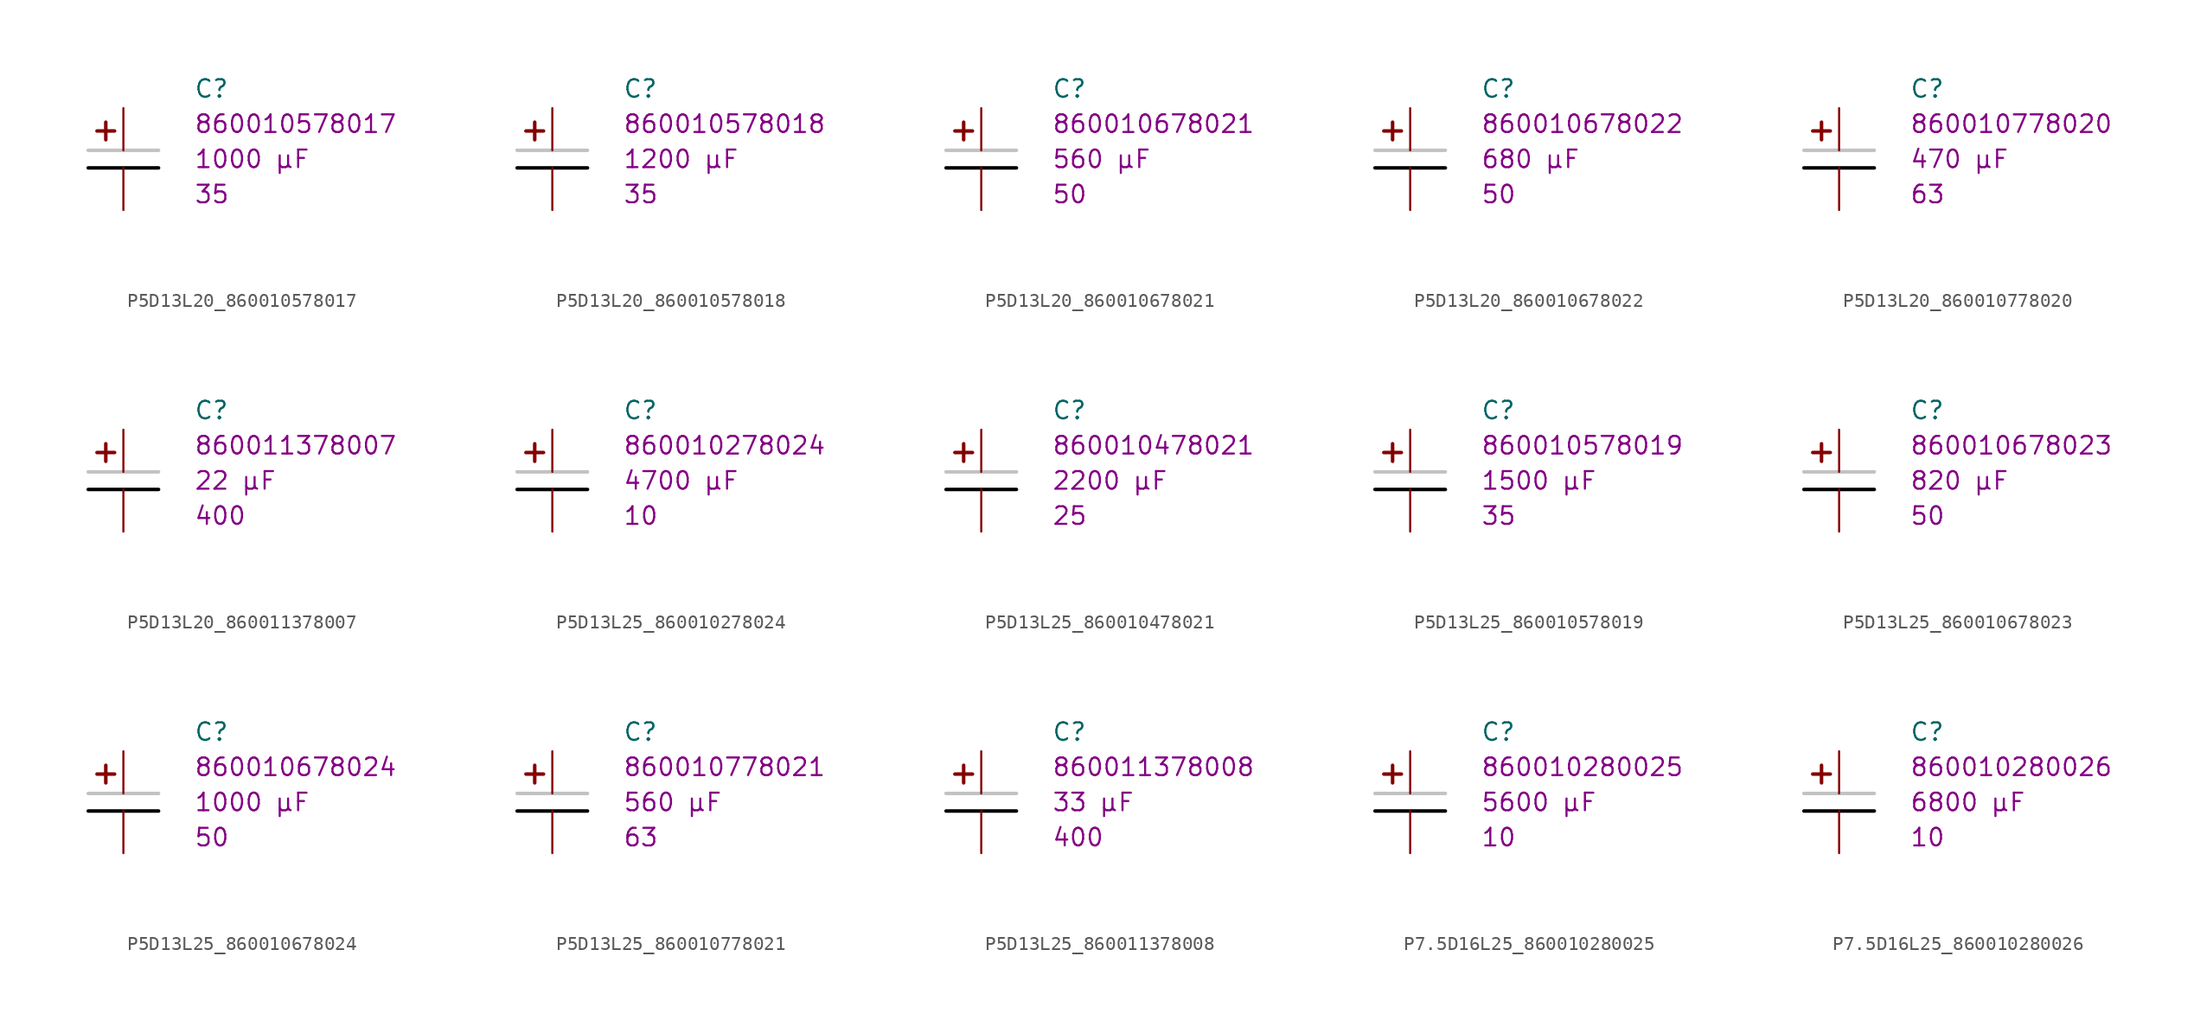
<source format=kicad_sym>
(kicad_symbol_lib
  (version 20220914)
  (generator kicad_symbol_editor)
  (symbol "P5D13L20_860010578017"
    (pin_numbers hide)
    (pin_names hide)
    (property "Reference" "C"
      (at 5.08 5.08 0)
      (effects (font (size 1.27 1.27)) (justify left)))
    (property "Part Number" "860010578017"
      (at 5.08 2.54 0)
      (effects (font (size 1.27 1.27)) (justify left)))
    (property "Capacitance" "1000 µF"
      (at 5.08 0 0)
      (effects (font (size 1.27 1.27)) (justify left)))
    (property "Voltage" "35"
      (at 5.08 -2.54 0)
      (effects (font (size 1.27 1.27)) (justify left)))
    (property "Critical Parameter" ""
      (at 0 -7.62 0)
      (effects (font (size 1.27 1.27))))
    (symbol "P5D13L20_860010578017_1_1"
      (polyline (pts (xy -1.27 2.667) (xy -1.27 1.397)) (stroke (width 0.254) (type default)) (fill (type none)))
      (polyline (pts (xy -0.635 2.032) (xy -1.905 2.032)) (stroke (width 0.254) (type default)) (fill (type none)))
      (polyline (pts (xy 2.54 -0.635) (xy -2.54 -0.635)) (stroke (width 0.254) (type default) (color 0 0 0 1)) (fill (type none)))
      (polyline (pts (xy 2.54 0.635) (xy -2.54 0.635)) (stroke (width 0.254) (type default) (color 194 194 194 1)) (fill (type none)))
      (pin passive line (at 0 3.679 270) (length 3.044) (name "1" (effects (font (size 1.27 1.27)))) (number "1" (effects (font (size 1.27 1.27)))))
      (pin passive line (at 0 -3.679 90) (length 3.044) (name "2" (effects (font (size 1.27 1.27)))) (number "2" (effects (font (size 1.27 1.27)))))))
  (symbol "P5D13L20_860010578018"
    (pin_numbers hide)
    (pin_names hide)
    (property "Reference" "C"
      (at 5.08 5.08 0)
      (effects (font (size 1.27 1.27)) (justify left)))
    (property "Part Number" "860010578018"
      (at 5.08 2.54 0)
      (effects (font (size 1.27 1.27)) (justify left)))
    (property "Capacitance" "1200 µF"
      (at 5.08 0 0)
      (effects (font (size 1.27 1.27)) (justify left)))
    (property "Voltage" "35"
      (at 5.08 -2.54 0)
      (effects (font (size 1.27 1.27)) (justify left)))
    (property "Critical Parameter" ""
      (at 0 -7.62 0)
      (effects (font (size 1.27 1.27))))
    (symbol "P5D13L20_860010578018_1_1"
      (polyline (pts (xy -1.27 2.667) (xy -1.27 1.397)) (stroke (width 0.254) (type default)) (fill (type none)))
      (polyline (pts (xy -0.635 2.032) (xy -1.905 2.032)) (stroke (width 0.254) (type default)) (fill (type none)))
      (polyline (pts (xy 2.54 -0.635) (xy -2.54 -0.635)) (stroke (width 0.254) (type default) (color 0 0 0 1)) (fill (type none)))
      (polyline (pts (xy 2.54 0.635) (xy -2.54 0.635)) (stroke (width 0.254) (type default) (color 194 194 194 1)) (fill (type none)))
      (pin passive line (at 0 3.679 270) (length 3.044) (name "1" (effects (font (size 1.27 1.27)))) (number "1" (effects (font (size 1.27 1.27)))))
      (pin passive line (at 0 -3.679 90) (length 3.044) (name "2" (effects (font (size 1.27 1.27)))) (number "2" (effects (font (size 1.27 1.27)))))))
  (symbol "P5D13L20_860010678021"
    (pin_numbers hide)
    (pin_names hide)
    (property "Reference" "C"
      (at 5.08 5.08 0)
      (effects (font (size 1.27 1.27)) (justify left)))
    (property "Part Number" "860010678021"
      (at 5.08 2.54 0)
      (effects (font (size 1.27 1.27)) (justify left)))
    (property "Capacitance" "560 µF"
      (at 5.08 0 0)
      (effects (font (size 1.27 1.27)) (justify left)))
    (property "Voltage" "50"
      (at 5.08 -2.54 0)
      (effects (font (size 1.27 1.27)) (justify left)))
    (property "Critical Parameter" ""
      (at 0 -7.62 0)
      (effects (font (size 1.27 1.27))))
    (symbol "P5D13L20_860010678021_1_1"
      (polyline (pts (xy -1.27 2.667) (xy -1.27 1.397)) (stroke (width 0.254) (type default)) (fill (type none)))
      (polyline (pts (xy -0.635 2.032) (xy -1.905 2.032)) (stroke (width 0.254) (type default)) (fill (type none)))
      (polyline (pts (xy 2.54 -0.635) (xy -2.54 -0.635)) (stroke (width 0.254) (type default) (color 0 0 0 1)) (fill (type none)))
      (polyline (pts (xy 2.54 0.635) (xy -2.54 0.635)) (stroke (width 0.254) (type default) (color 194 194 194 1)) (fill (type none)))
      (pin passive line (at 0 3.679 270) (length 3.044) (name "1" (effects (font (size 1.27 1.27)))) (number "1" (effects (font (size 1.27 1.27)))))
      (pin passive line (at 0 -3.679 90) (length 3.044) (name "2" (effects (font (size 1.27 1.27)))) (number "2" (effects (font (size 1.27 1.27)))))))
  (symbol "P5D13L20_860010678022"
    (pin_numbers hide)
    (pin_names hide)
    (property "Reference" "C"
      (at 5.08 5.08 0)
      (effects (font (size 1.27 1.27)) (justify left)))
    (property "Part Number" "860010678022"
      (at 5.08 2.54 0)
      (effects (font (size 1.27 1.27)) (justify left)))
    (property "Capacitance" "680 µF"
      (at 5.08 0 0)
      (effects (font (size 1.27 1.27)) (justify left)))
    (property "Voltage" "50"
      (at 5.08 -2.54 0)
      (effects (font (size 1.27 1.27)) (justify left)))
    (property "Critical Parameter" ""
      (at 0 -7.62 0)
      (effects (font (size 1.27 1.27))))
    (symbol "P5D13L20_860010678022_1_1"
      (polyline (pts (xy -1.27 2.667) (xy -1.27 1.397)) (stroke (width 0.254) (type default)) (fill (type none)))
      (polyline (pts (xy -0.635 2.032) (xy -1.905 2.032)) (stroke (width 0.254) (type default)) (fill (type none)))
      (polyline (pts (xy 2.54 -0.635) (xy -2.54 -0.635)) (stroke (width 0.254) (type default) (color 0 0 0 1)) (fill (type none)))
      (polyline (pts (xy 2.54 0.635) (xy -2.54 0.635)) (stroke (width 0.254) (type default) (color 194 194 194 1)) (fill (type none)))
      (pin passive line (at 0 3.679 270) (length 3.044) (name "1" (effects (font (size 1.27 1.27)))) (number "1" (effects (font (size 1.27 1.27)))))
      (pin passive line (at 0 -3.679 90) (length 3.044) (name "2" (effects (font (size 1.27 1.27)))) (number "2" (effects (font (size 1.27 1.27)))))))
  (symbol "P5D13L20_860010778020"
    (pin_numbers hide)
    (pin_names hide)
    (property "Reference" "C"
      (at 5.08 5.08 0)
      (effects (font (size 1.27 1.27)) (justify left)))
    (property "Part Number" "860010778020"
      (at 5.08 2.54 0)
      (effects (font (size 1.27 1.27)) (justify left)))
    (property "Capacitance" "470 µF"
      (at 5.08 0 0)
      (effects (font (size 1.27 1.27)) (justify left)))
    (property "Voltage" "63"
      (at 5.08 -2.54 0)
      (effects (font (size 1.27 1.27)) (justify left)))
    (property "Critical Parameter" ""
      (at 0 -7.62 0)
      (effects (font (size 1.27 1.27))))
    (symbol "P5D13L20_860010778020_1_1"
      (polyline (pts (xy -1.27 2.667) (xy -1.27 1.397)) (stroke (width 0.254) (type default)) (fill (type none)))
      (polyline (pts (xy -0.635 2.032) (xy -1.905 2.032)) (stroke (width 0.254) (type default)) (fill (type none)))
      (polyline (pts (xy 2.54 -0.635) (xy -2.54 -0.635)) (stroke (width 0.254) (type default) (color 0 0 0 1)) (fill (type none)))
      (polyline (pts (xy 2.54 0.635) (xy -2.54 0.635)) (stroke (width 0.254) (type default) (color 194 194 194 1)) (fill (type none)))
      (pin passive line (at 0 3.679 270) (length 3.044) (name "1" (effects (font (size 1.27 1.27)))) (number "1" (effects (font (size 1.27 1.27)))))
      (pin passive line (at 0 -3.679 90) (length 3.044) (name "2" (effects (font (size 1.27 1.27)))) (number "2" (effects (font (size 1.27 1.27)))))))
  (symbol "P5D13L20_860011378007"
    (pin_numbers hide)
    (pin_names hide)
    (property "Reference" "C"
      (at 5.08 5.08 0)
      (effects (font (size 1.27 1.27)) (justify left)))
    (property "Part Number" "860011378007"
      (at 5.08 2.54 0)
      (effects (font (size 1.27 1.27)) (justify left)))
    (property "Capacitance" "22 µF"
      (at 5.08 0 0)
      (effects (font (size 1.27 1.27)) (justify left)))
    (property "Voltage" "400"
      (at 5.08 -2.54 0)
      (effects (font (size 1.27 1.27)) (justify left)))
    (property "Critical Parameter" ""
      (at 0 -7.62 0)
      (effects (font (size 1.27 1.27))))
    (symbol "P5D13L20_860011378007_1_1"
      (polyline (pts (xy -1.27 2.667) (xy -1.27 1.397)) (stroke (width 0.254) (type default)) (fill (type none)))
      (polyline (pts (xy -0.635 2.032) (xy -1.905 2.032)) (stroke (width 0.254) (type default)) (fill (type none)))
      (polyline (pts (xy 2.54 -0.635) (xy -2.54 -0.635)) (stroke (width 0.254) (type default) (color 0 0 0 1)) (fill (type none)))
      (polyline (pts (xy 2.54 0.635) (xy -2.54 0.635)) (stroke (width 0.254) (type default) (color 194 194 194 1)) (fill (type none)))
      (pin passive line (at 0 3.679 270) (length 3.044) (name "1" (effects (font (size 1.27 1.27)))) (number "1" (effects (font (size 1.27 1.27)))))
      (pin passive line (at 0 -3.679 90) (length 3.044) (name "2" (effects (font (size 1.27 1.27)))) (number "2" (effects (font (size 1.27 1.27)))))))
  (symbol "P5D13L25_860010278024"
    (pin_numbers hide)
    (pin_names hide)
    (property "Reference" "C"
      (at 5.08 5.08 0)
      (effects (font (size 1.27 1.27)) (justify left)))
    (property "Part Number" "860010278024"
      (at 5.08 2.54 0)
      (effects (font (size 1.27 1.27)) (justify left)))
    (property "Capacitance" "4700 µF"
      (at 5.08 0 0)
      (effects (font (size 1.27 1.27)) (justify left)))
    (property "Voltage" "10"
      (at 5.08 -2.54 0)
      (effects (font (size 1.27 1.27)) (justify left)))
    (property "Critical Parameter" ""
      (at 0 -7.62 0)
      (effects (font (size 1.27 1.27))))
    (symbol "P5D13L25_860010278024_1_1"
      (polyline (pts (xy -1.27 2.667) (xy -1.27 1.397)) (stroke (width 0.254) (type default)) (fill (type none)))
      (polyline (pts (xy -0.635 2.032) (xy -1.905 2.032)) (stroke (width 0.254) (type default)) (fill (type none)))
      (polyline (pts (xy 2.54 -0.635) (xy -2.54 -0.635)) (stroke (width 0.254) (type default) (color 0 0 0 1)) (fill (type none)))
      (polyline (pts (xy 2.54 0.635) (xy -2.54 0.635)) (stroke (width 0.254) (type default) (color 194 194 194 1)) (fill (type none)))
      (pin passive line (at 0 3.679 270) (length 3.044) (name "1" (effects (font (size 1.27 1.27)))) (number "1" (effects (font (size 1.27 1.27)))))
      (pin passive line (at 0 -3.679 90) (length 3.044) (name "2" (effects (font (size 1.27 1.27)))) (number "2" (effects (font (size 1.27 1.27)))))))
  (symbol "P5D13L25_860010478021"
    (pin_numbers hide)
    (pin_names hide)
    (property "Reference" "C"
      (at 5.08 5.08 0)
      (effects (font (size 1.27 1.27)) (justify left)))
    (property "Part Number" "860010478021"
      (at 5.08 2.54 0)
      (effects (font (size 1.27 1.27)) (justify left)))
    (property "Capacitance" "2200 µF"
      (at 5.08 0 0)
      (effects (font (size 1.27 1.27)) (justify left)))
    (property "Voltage" "25"
      (at 5.08 -2.54 0)
      (effects (font (size 1.27 1.27)) (justify left)))
    (property "Critical Parameter" ""
      (at 0 -7.62 0)
      (effects (font (size 1.27 1.27))))
    (symbol "P5D13L25_860010478021_1_1"
      (polyline (pts (xy -1.27 2.667) (xy -1.27 1.397)) (stroke (width 0.254) (type default)) (fill (type none)))
      (polyline (pts (xy -0.635 2.032) (xy -1.905 2.032)) (stroke (width 0.254) (type default)) (fill (type none)))
      (polyline (pts (xy 2.54 -0.635) (xy -2.54 -0.635)) (stroke (width 0.254) (type default) (color 0 0 0 1)) (fill (type none)))
      (polyline (pts (xy 2.54 0.635) (xy -2.54 0.635)) (stroke (width 0.254) (type default) (color 194 194 194 1)) (fill (type none)))
      (pin passive line (at 0 3.679 270) (length 3.044) (name "1" (effects (font (size 1.27 1.27)))) (number "1" (effects (font (size 1.27 1.27)))))
      (pin passive line (at 0 -3.679 90) (length 3.044) (name "2" (effects (font (size 1.27 1.27)))) (number "2" (effects (font (size 1.27 1.27)))))))
  (symbol "P5D13L25_860010578019"
    (pin_numbers hide)
    (pin_names hide)
    (property "Reference" "C"
      (at 5.08 5.08 0)
      (effects (font (size 1.27 1.27)) (justify left)))
    (property "Part Number" "860010578019"
      (at 5.08 2.54 0)
      (effects (font (size 1.27 1.27)) (justify left)))
    (property "Capacitance" "1500 µF"
      (at 5.08 0 0)
      (effects (font (size 1.27 1.27)) (justify left)))
    (property "Voltage" "35"
      (at 5.08 -2.54 0)
      (effects (font (size 1.27 1.27)) (justify left)))
    (property "Critical Parameter" ""
      (at 0 -7.62 0)
      (effects (font (size 1.27 1.27))))
    (symbol "P5D13L25_860010578019_1_1"
      (polyline (pts (xy -1.27 2.667) (xy -1.27 1.397)) (stroke (width 0.254) (type default)) (fill (type none)))
      (polyline (pts (xy -0.635 2.032) (xy -1.905 2.032)) (stroke (width 0.254) (type default)) (fill (type none)))
      (polyline (pts (xy 2.54 -0.635) (xy -2.54 -0.635)) (stroke (width 0.254) (type default) (color 0 0 0 1)) (fill (type none)))
      (polyline (pts (xy 2.54 0.635) (xy -2.54 0.635)) (stroke (width 0.254) (type default) (color 194 194 194 1)) (fill (type none)))
      (pin passive line (at 0 3.679 270) (length 3.044) (name "1" (effects (font (size 1.27 1.27)))) (number "1" (effects (font (size 1.27 1.27)))))
      (pin passive line (at 0 -3.679 90) (length 3.044) (name "2" (effects (font (size 1.27 1.27)))) (number "2" (effects (font (size 1.27 1.27)))))))
  (symbol "P5D13L25_860010678023"
    (pin_numbers hide)
    (pin_names hide)
    (property "Reference" "C"
      (at 5.08 5.08 0)
      (effects (font (size 1.27 1.27)) (justify left)))
    (property "Part Number" "860010678023"
      (at 5.08 2.54 0)
      (effects (font (size 1.27 1.27)) (justify left)))
    (property "Capacitance" "820 µF"
      (at 5.08 0 0)
      (effects (font (size 1.27 1.27)) (justify left)))
    (property "Voltage" "50"
      (at 5.08 -2.54 0)
      (effects (font (size 1.27 1.27)) (justify left)))
    (property "Critical Parameter" ""
      (at 0 -7.62 0)
      (effects (font (size 1.27 1.27))))
    (symbol "P5D13L25_860010678023_1_1"
      (polyline (pts (xy -1.27 2.667) (xy -1.27 1.397)) (stroke (width 0.254) (type default)) (fill (type none)))
      (polyline (pts (xy -0.635 2.032) (xy -1.905 2.032)) (stroke (width 0.254) (type default)) (fill (type none)))
      (polyline (pts (xy 2.54 -0.635) (xy -2.54 -0.635)) (stroke (width 0.254) (type default) (color 0 0 0 1)) (fill (type none)))
      (polyline (pts (xy 2.54 0.635) (xy -2.54 0.635)) (stroke (width 0.254) (type default) (color 194 194 194 1)) (fill (type none)))
      (pin passive line (at 0 3.679 270) (length 3.044) (name "1" (effects (font (size 1.27 1.27)))) (number "1" (effects (font (size 1.27 1.27)))))
      (pin passive line (at 0 -3.679 90) (length 3.044) (name "2" (effects (font (size 1.27 1.27)))) (number "2" (effects (font (size 1.27 1.27)))))))
  (symbol "P5D13L25_860010678024"
    (pin_numbers hide)
    (pin_names hide)
    (property "Reference" "C"
      (at 5.08 5.08 0)
      (effects (font (size 1.27 1.27)) (justify left)))
    (property "Part Number" "860010678024"
      (at 5.08 2.54 0)
      (effects (font (size 1.27 1.27)) (justify left)))
    (property "Capacitance" "1000 µF"
      (at 5.08 0 0)
      (effects (font (size 1.27 1.27)) (justify left)))
    (property "Voltage" "50"
      (at 5.08 -2.54 0)
      (effects (font (size 1.27 1.27)) (justify left)))
    (property "Critical Parameter" ""
      (at 0 -7.62 0)
      (effects (font (size 1.27 1.27))))
    (symbol "P5D13L25_860010678024_1_1"
      (polyline (pts (xy -1.27 2.667) (xy -1.27 1.397)) (stroke (width 0.254) (type default)) (fill (type none)))
      (polyline (pts (xy -0.635 2.032) (xy -1.905 2.032)) (stroke (width 0.254) (type default)) (fill (type none)))
      (polyline (pts (xy 2.54 -0.635) (xy -2.54 -0.635)) (stroke (width 0.254) (type default) (color 0 0 0 1)) (fill (type none)))
      (polyline (pts (xy 2.54 0.635) (xy -2.54 0.635)) (stroke (width 0.254) (type default) (color 194 194 194 1)) (fill (type none)))
      (pin passive line (at 0 3.679 270) (length 3.044) (name "1" (effects (font (size 1.27 1.27)))) (number "1" (effects (font (size 1.27 1.27)))))
      (pin passive line (at 0 -3.679 90) (length 3.044) (name "2" (effects (font (size 1.27 1.27)))) (number "2" (effects (font (size 1.27 1.27)))))))
  (symbol "P5D13L25_860010778021"
    (pin_numbers hide)
    (pin_names hide)
    (property "Reference" "C"
      (at 5.08 5.08 0)
      (effects (font (size 1.27 1.27)) (justify left)))
    (property "Part Number" "860010778021"
      (at 5.08 2.54 0)
      (effects (font (size 1.27 1.27)) (justify left)))
    (property "Capacitance" "560 µF"
      (at 5.08 0 0)
      (effects (font (size 1.27 1.27)) (justify left)))
    (property "Voltage" "63"
      (at 5.08 -2.54 0)
      (effects (font (size 1.27 1.27)) (justify left)))
    (property "Critical Parameter" ""
      (at 0 -7.62 0)
      (effects (font (size 1.27 1.27))))
    (symbol "P5D13L25_860010778021_1_1"
      (polyline (pts (xy -1.27 2.667) (xy -1.27 1.397)) (stroke (width 0.254) (type default)) (fill (type none)))
      (polyline (pts (xy -0.635 2.032) (xy -1.905 2.032)) (stroke (width 0.254) (type default)) (fill (type none)))
      (polyline (pts (xy 2.54 -0.635) (xy -2.54 -0.635)) (stroke (width 0.254) (type default) (color 0 0 0 1)) (fill (type none)))
      (polyline (pts (xy 2.54 0.635) (xy -2.54 0.635)) (stroke (width 0.254) (type default) (color 194 194 194 1)) (fill (type none)))
      (pin passive line (at 0 3.679 270) (length 3.044) (name "1" (effects (font (size 1.27 1.27)))) (number "1" (effects (font (size 1.27 1.27)))))
      (pin passive line (at 0 -3.679 90) (length 3.044) (name "2" (effects (font (size 1.27 1.27)))) (number "2" (effects (font (size 1.27 1.27)))))))
  (symbol "P5D13L25_860011378008"
    (pin_numbers hide)
    (pin_names hide)
    (property "Reference" "C"
      (at 5.08 5.08 0)
      (effects (font (size 1.27 1.27)) (justify left)))
    (property "Part Number" "860011378008"
      (at 5.08 2.54 0)
      (effects (font (size 1.27 1.27)) (justify left)))
    (property "Capacitance" "33 µF"
      (at 5.08 0 0)
      (effects (font (size 1.27 1.27)) (justify left)))
    (property "Voltage" "400"
      (at 5.08 -2.54 0)
      (effects (font (size 1.27 1.27)) (justify left)))
    (property "Critical Parameter" ""
      (at 0 -7.62 0)
      (effects (font (size 1.27 1.27))))
    (symbol "P5D13L25_860011378008_1_1"
      (polyline (pts (xy -1.27 2.667) (xy -1.27 1.397)) (stroke (width 0.254) (type default)) (fill (type none)))
      (polyline (pts (xy -0.635 2.032) (xy -1.905 2.032)) (stroke (width 0.254) (type default)) (fill (type none)))
      (polyline (pts (xy 2.54 -0.635) (xy -2.54 -0.635)) (stroke (width 0.254) (type default) (color 0 0 0 1)) (fill (type none)))
      (polyline (pts (xy 2.54 0.635) (xy -2.54 0.635)) (stroke (width 0.254) (type default) (color 194 194 194 1)) (fill (type none)))
      (pin passive line (at 0 3.679 270) (length 3.044) (name "1" (effects (font (size 1.27 1.27)))) (number "1" (effects (font (size 1.27 1.27)))))
      (pin passive line (at 0 -3.679 90) (length 3.044) (name "2" (effects (font (size 1.27 1.27)))) (number "2" (effects (font (size 1.27 1.27)))))))
  (symbol "P7.5D16L25_860010280025"
    (pin_numbers hide)
    (pin_names hide)
    (property "Reference" "C"
      (at 5.08 5.08 0)
      (effects (font (size 1.27 1.27)) (justify left)))
    (property "Part Number" "860010280025"
      (at 5.08 2.54 0)
      (effects (font (size 1.27 1.27)) (justify left)))
    (property "Capacitance" "5600 µF"
      (at 5.08 0 0)
      (effects (font (size 1.27 1.27)) (justify left)))
    (property "Voltage" "10"
      (at 5.08 -2.54 0)
      (effects (font (size 1.27 1.27)) (justify left)))
    (property "Critical Parameter" ""
      (at 0 -7.62 0)
      (effects (font (size 1.27 1.27))))
    (symbol "P7.5D16L25_860010280025_1_1"
      (polyline (pts (xy -1.27 2.667) (xy -1.27 1.397)) (stroke (width 0.254) (type default)) (fill (type none)))
      (polyline (pts (xy -0.635 2.032) (xy -1.905 2.032)) (stroke (width 0.254) (type default)) (fill (type none)))
      (polyline (pts (xy 2.54 -0.635) (xy -2.54 -0.635)) (stroke (width 0.254) (type default) (color 0 0 0 1)) (fill (type none)))
      (polyline (pts (xy 2.54 0.635) (xy -2.54 0.635)) (stroke (width 0.254) (type default) (color 194 194 194 1)) (fill (type none)))
      (pin passive line (at 0 3.679 270) (length 3.044) (name "1" (effects (font (size 1.27 1.27)))) (number "1" (effects (font (size 1.27 1.27)))))
      (pin passive line (at 0 -3.679 90) (length 3.044) (name "2" (effects (font (size 1.27 1.27)))) (number "2" (effects (font (size 1.27 1.27)))))))
  (symbol "P7.5D16L25_860010280026"
    (pin_numbers hide)
    (pin_names hide)
    (property "Reference" "C"
      (at 5.08 5.08 0)
      (effects (font (size 1.27 1.27)) (justify left)))
    (property "Part Number" "860010280026"
      (at 5.08 2.54 0)
      (effects (font (size 1.27 1.27)) (justify left)))
    (property "Capacitance" "6800 µF"
      (at 5.08 0 0)
      (effects (font (size 1.27 1.27)) (justify left)))
    (property "Voltage" "10"
      (at 5.08 -2.54 0)
      (effects (font (size 1.27 1.27)) (justify left)))
    (property "Critical Parameter" ""
      (at 0 -7.62 0)
      (effects (font (size 1.27 1.27))))
    (symbol "P7.5D16L25_860010280026_1_1"
      (polyline (pts (xy -1.27 2.667) (xy -1.27 1.397)) (stroke (width 0.254) (type default)) (fill (type none)))
      (polyline (pts (xy -0.635 2.032) (xy -1.905 2.032)) (stroke (width 0.254) (type default)) (fill (type none)))
      (polyline (pts (xy 2.54 -0.635) (xy -2.54 -0.635)) (stroke (width 0.254) (type default) (color 0 0 0 1)) (fill (type none)))
      (polyline (pts (xy 2.54 0.635) (xy -2.54 0.635)) (stroke (width 0.254) (type default) (color 194 194 194 1)) (fill (type none)))
      (pin passive line (at 0 3.679 270) (length 3.044) (name "1" (effects (font (size 1.27 1.27)))) (number "1" (effects (font (size 1.27 1.27)))))
      (pin passive line (at 0 -3.679 90) (length 3.044) (name "2" (effects (font (size 1.27 1.27)))) (number "2" (effects (font (size 1.27 1.27))))))))
</source>
